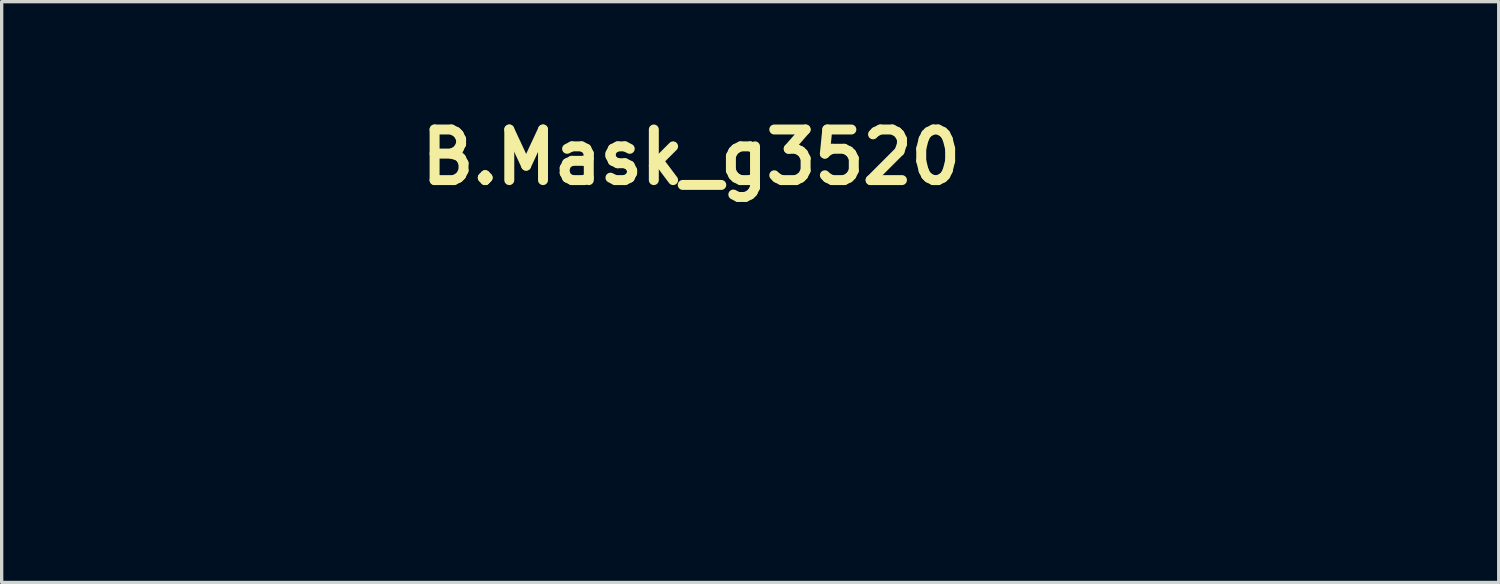
<source format=kicad_pcb>
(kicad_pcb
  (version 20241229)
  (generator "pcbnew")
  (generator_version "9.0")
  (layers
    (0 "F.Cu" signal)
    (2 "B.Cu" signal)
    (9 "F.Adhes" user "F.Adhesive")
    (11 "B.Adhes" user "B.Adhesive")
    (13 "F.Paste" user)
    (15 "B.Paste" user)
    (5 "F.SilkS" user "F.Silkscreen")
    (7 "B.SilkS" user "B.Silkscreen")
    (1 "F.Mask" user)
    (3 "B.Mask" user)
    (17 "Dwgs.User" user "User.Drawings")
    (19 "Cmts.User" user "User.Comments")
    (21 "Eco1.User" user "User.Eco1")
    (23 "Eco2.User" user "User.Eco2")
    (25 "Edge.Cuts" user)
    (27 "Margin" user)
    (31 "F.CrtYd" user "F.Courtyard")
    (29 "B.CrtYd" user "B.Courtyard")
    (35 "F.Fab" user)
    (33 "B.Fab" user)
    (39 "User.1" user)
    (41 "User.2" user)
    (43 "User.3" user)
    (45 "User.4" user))
  (footprint "B.Mask_g3520"
    (layer "F.Cu")
    (at 17.771 1.686)
    (property "Reference" "B.Mask_g3520" (at 0 0 0) (layer "F.SilkS") (effects (font (size 1.524 1.524) (thickness 0.3))))
    (attr through_hole)
    (fp_poly (pts (xy 12.839 -1.592) (xy 12.971 -1.527) (xy 13.19 -1.432) (xy 13.421 -1.394) (xy 13.733 -1.403) (xy 13.825 -1.411) (xy 14.126 -1.432) (xy 14.338 -1.415) (xy 14.533 -1.343) (xy 14.782 -1.196) (xy 14.847 -1.154) (xy 15.114 -0.997) (xy 15.342 -0.886) (xy 15.474 -0.847) (xy 15.62 -0.898) (xy 15.835 -1.027) (xy 15.986 -1.138) (xy 16.372 -1.389) (xy 16.711 -1.496) (xy 16.99 -1.454) (xy 17.007 -1.445) (xy 17.334 -1.36) (xy 17.677 -1.442) (xy 17.822 -1.524) (xy 18.174 -1.677) (xy 18.52 -1.662) (xy 18.864 -1.479) (xy 18.944 -1.413) (xy 19.215 -1.218) (xy 19.516 -1.065) (xy 19.614 -1.031) (xy 19.968 -0.877) (xy 20.255 -0.654) (xy 20.44 -0.398) (xy 20.489 -0.194) (xy 20.573 0.089) (xy 20.743 0.296) (xy 20.903 0.475) (xy 20.991 0.623) (xy 20.997 0.653) (xy 21.066 0.78) (xy 21.124 0.816) (xy 21.224 0.912) (xy 21.241 1.104) (xy 21.176 1.415) (xy 21.118 1.603) (xy 21.044 1.855) (xy 21.032 2.026) (xy 21.087 2.194) (xy 21.161 2.337) (xy 21.285 2.595) (xy 21.323 2.788) (xy 21.27 2.986) (xy 21.134 3.245) (xy 21.002 3.547) (xy 20.901 3.905) (xy 20.875 4.057) (xy 20.821 4.355) (xy 20.72 4.566) (xy 20.532 4.77) (xy 20.478 4.819) (xy 20.243 5.075) (xy 20.016 5.398) (xy 19.911 5.586) (xy 19.702 5.937) (xy 19.452 6.18) (xy 19.323 6.264) (xy 19.047 6.472) (xy 18.797 6.732) (xy 18.737 6.816) (xy 18.565 7.061) (xy 18.421 7.207) (xy 18.246 7.297) (xy 18.013 7.369) (xy 17.787 7.461) (xy 17.699 7.584) (xy 17.695 7.627) (xy 17.658 7.806) (xy 17.564 8.049) (xy 17.526 8.127) (xy 17.359 8.376) (xy 17.143 8.513) (xy 17.04 8.547) (xy 16.809 8.604) (xy 16.643 8.634) (xy 16.624 8.636) (xy 16.521 8.695) (xy 16.347 8.849) (xy 16.145 9.06) (xy 15.822 9.369) (xy 15.539 9.523) (xy 15.282 9.527) (xy 15.064 9.411) (xy 14.883 9.236) (xy 14.681 8.994) (xy 14.609 8.896) (xy 14.429 8.673) (xy 14.265 8.57) (xy 14.122 8.551) (xy 13.87 8.518) (xy 13.689 8.456) (xy 13.448 8.298) (xy 13.231 8.098) (xy 13.081 7.902) (xy 13.039 7.78) (xy 12.968 7.619) (xy 12.792 7.441) (xy 12.559 7.29) (xy 12.418 7.232) (xy 12.121 7.073) (xy 11.963 6.823) (xy 11.938 6.642) (xy 11.93 6.491) (xy 11.88 6.4) (xy 11.75 6.343) (xy 11.502 6.291) (xy 11.419 6.277) (xy 11.103 6.205) (xy 10.828 6.115) (xy 10.69 6.048) (xy 10.571 5.955) (xy 10.517 5.843) (xy 10.516 5.657) (xy 10.539 5.451) (xy 10.565 5.178) (xy 10.546 5.008) (xy 10.463 4.873) (xy 10.336 4.747) (xy 10.173 4.569) (xy 10.096 4.385) (xy 10.075 4.119) (xy 10.075 4.079) (xy 10.05 3.763) (xy 9.957 3.529) (xy 9.859 3.396) (xy 9.648 3.047) (xy 9.584 2.694) (xy 9.671 2.368) (xy 9.727 2.281) (xy 9.843 2.102) (xy 9.86 1.967) (xy 9.786 1.791) (xy 9.781 1.782) (xy 9.656 1.382) (xy 9.699 0.992) (xy 9.909 0.618) (xy 10.139 0.382) (xy 10.277 0.197) (xy 10.398 -0.075) (xy 10.438 -0.208) (xy 10.537 -0.505) (xy 10.691 -0.712) (xy 10.88 -0.86) (xy 11.141 -1.015) (xy 11.395 -1.127) (xy 11.472 -1.15) (xy 11.7 -1.243) (xy 11.949 -1.404) (xy 12.004 -1.45) (xy 12.275 -1.635) (xy 12.537 -1.681) (xy 12.839 -1.592)) (stroke (width 0.01) (type solid)) (fill yes) (layer "B.Mask"))
    (fp_poly (pts (xy -8.784 -1.377) (xy -8.486 -1.217) (xy -8.267 -1.029) (xy -8.069 -0.886) (xy -7.844 -0.801) (xy -7.6 -0.719) (xy -7.325 -0.581) (xy -7.261 -0.542) (xy -7.04 -0.365) (xy -6.927 -0.16) (xy -6.888 0.013) (xy -6.809 0.283) (xy -6.685 0.507) (xy -6.655 0.541) (xy -6.488 0.731) (xy -6.307 0.969) (xy -6.278 1.01) (xy -6.169 1.18) (xy -6.124 1.314) (xy -6.138 1.474) (xy -6.206 1.722) (xy -6.224 1.781) (xy -6.302 2.058) (xy -6.326 2.238) (xy -6.296 2.384) (xy -6.226 2.533) (xy -6.101 2.89) (xy -6.096 3.213) (xy -6.213 3.46) (xy -6.291 3.612) (xy -6.376 3.874) (xy -6.452 4.185) (xy -6.504 4.488) (xy -6.519 4.674) (xy -6.577 4.76) (xy -6.725 4.919) (xy -6.868 5.055) (xy -7.112 5.331) (xy -7.334 5.665) (xy -7.412 5.818) (xy -7.595 6.147) (xy -7.833 6.387) (xy -8.016 6.512) (xy -8.298 6.727) (xy -8.548 6.988) (xy -8.636 7.111) (xy -8.854 7.385) (xy -9.14 7.559) (xy -9.236 7.596) (xy -9.48 7.699) (xy -9.616 7.819) (xy -9.699 8.016) (xy -9.723 8.1) (xy -9.872 8.472) (xy -10.099 8.708) (xy -10.43 8.835) (xy -10.488 8.846) (xy -10.726 8.915) (xy -10.944 9.056) (xy -11.194 9.304) (xy -11.213 9.325) (xy -11.5 9.606) (xy -11.747 9.757) (xy -11.877 9.792) (xy -12.038 9.806) (xy -12.17 9.767) (xy -12.315 9.652) (xy -12.517 9.434) (xy -12.559 9.387) (xy -12.754 9.155) (xy -12.895 8.971) (xy -12.954 8.873) (xy -12.954 8.87) (xy -13.028 8.826) (xy -13.209 8.806) (xy -13.233 8.805) (xy -13.533 8.746) (xy -13.843 8.591) (xy -14.109 8.378) (xy -14.275 8.144) (xy -14.295 8.086) (xy -14.393 7.888) (xy -14.601 7.708) (xy -14.779 7.601) (xy -15.022 7.47) (xy -15.205 7.374) (xy -15.272 7.343) (xy -15.331 7.251) (xy -15.387 7.052) (xy -15.4 6.983) (xy -15.435 6.805) (xy -15.495 6.695) (xy -15.62 6.623) (xy -15.851 6.559) (xy -16.014 6.521) (xy -16.404 6.42) (xy -16.653 6.313) (xy -16.786 6.173) (xy -16.831 5.972) (xy -16.813 5.683) (xy -16.813 5.681) (xy -16.789 5.407) (xy -16.807 5.242) (xy -16.883 5.125) (xy -16.985 5.037) (xy -17.124 4.893) (xy -17.213 4.696) (xy -17.274 4.393) (xy -17.284 4.324) (xy -17.378 3.893) (xy -17.532 3.587) (xy -17.568 3.54) (xy -17.743 3.218) (xy -17.766 2.874) (xy -17.635 2.55) (xy -17.605 2.51) (xy -17.493 2.346) (xy -17.487 2.228) (xy -17.563 2.099) (xy -17.646 1.894) (xy -17.692 1.612) (xy -17.695 1.518) (xy -17.68 1.272) (xy -17.611 1.087) (xy -17.458 0.895) (xy -17.353 0.788) (xy -17.06 0.418) (xy -16.909 0.038) (xy -16.807 -0.258) (xy -16.646 -0.466) (xy -16.468 -0.604) (xy -16.204 -0.756) (xy -15.946 -0.864) (xy -15.867 -0.884) (xy -15.618 -0.984) (xy -15.415 -1.137) (xy -15.144 -1.344) (xy -14.847 -1.397) (xy -14.498 -1.299) (xy -14.443 -1.273) (xy -14.183 -1.171) (xy -13.926 -1.134) (xy -13.589 -1.152) (xy -13.578 -1.153) (xy -13.164 -1.161) (xy -12.808 -1.073) (xy -12.449 -0.871) (xy -12.286 -0.75) (xy -12.031 -0.616) (xy -11.775 -0.627) (xy -11.487 -0.789) (xy -11.416 -0.845) (xy -11.086 -1.085) (xy -10.801 -1.202) (xy -10.509 -1.212) (xy -10.278 -1.165) (xy -10.022 -1.109) (xy -9.838 -1.121) (xy -9.636 -1.211) (xy -9.565 -1.251) (xy -9.322 -1.368) (xy -9.11 -1.434) (xy -9.06 -1.439) (xy -8.784 -1.377)) (stroke (width 0.01) (type solid)) (fill yes) (layer "B.Mask")))
  (gr_rect
    (start -3 -3)
    (end 42.098 14.496)
    (stroke (width 0.1) (type default))
    (fill no)
    (layer "Edge.Cuts")))
</source>
